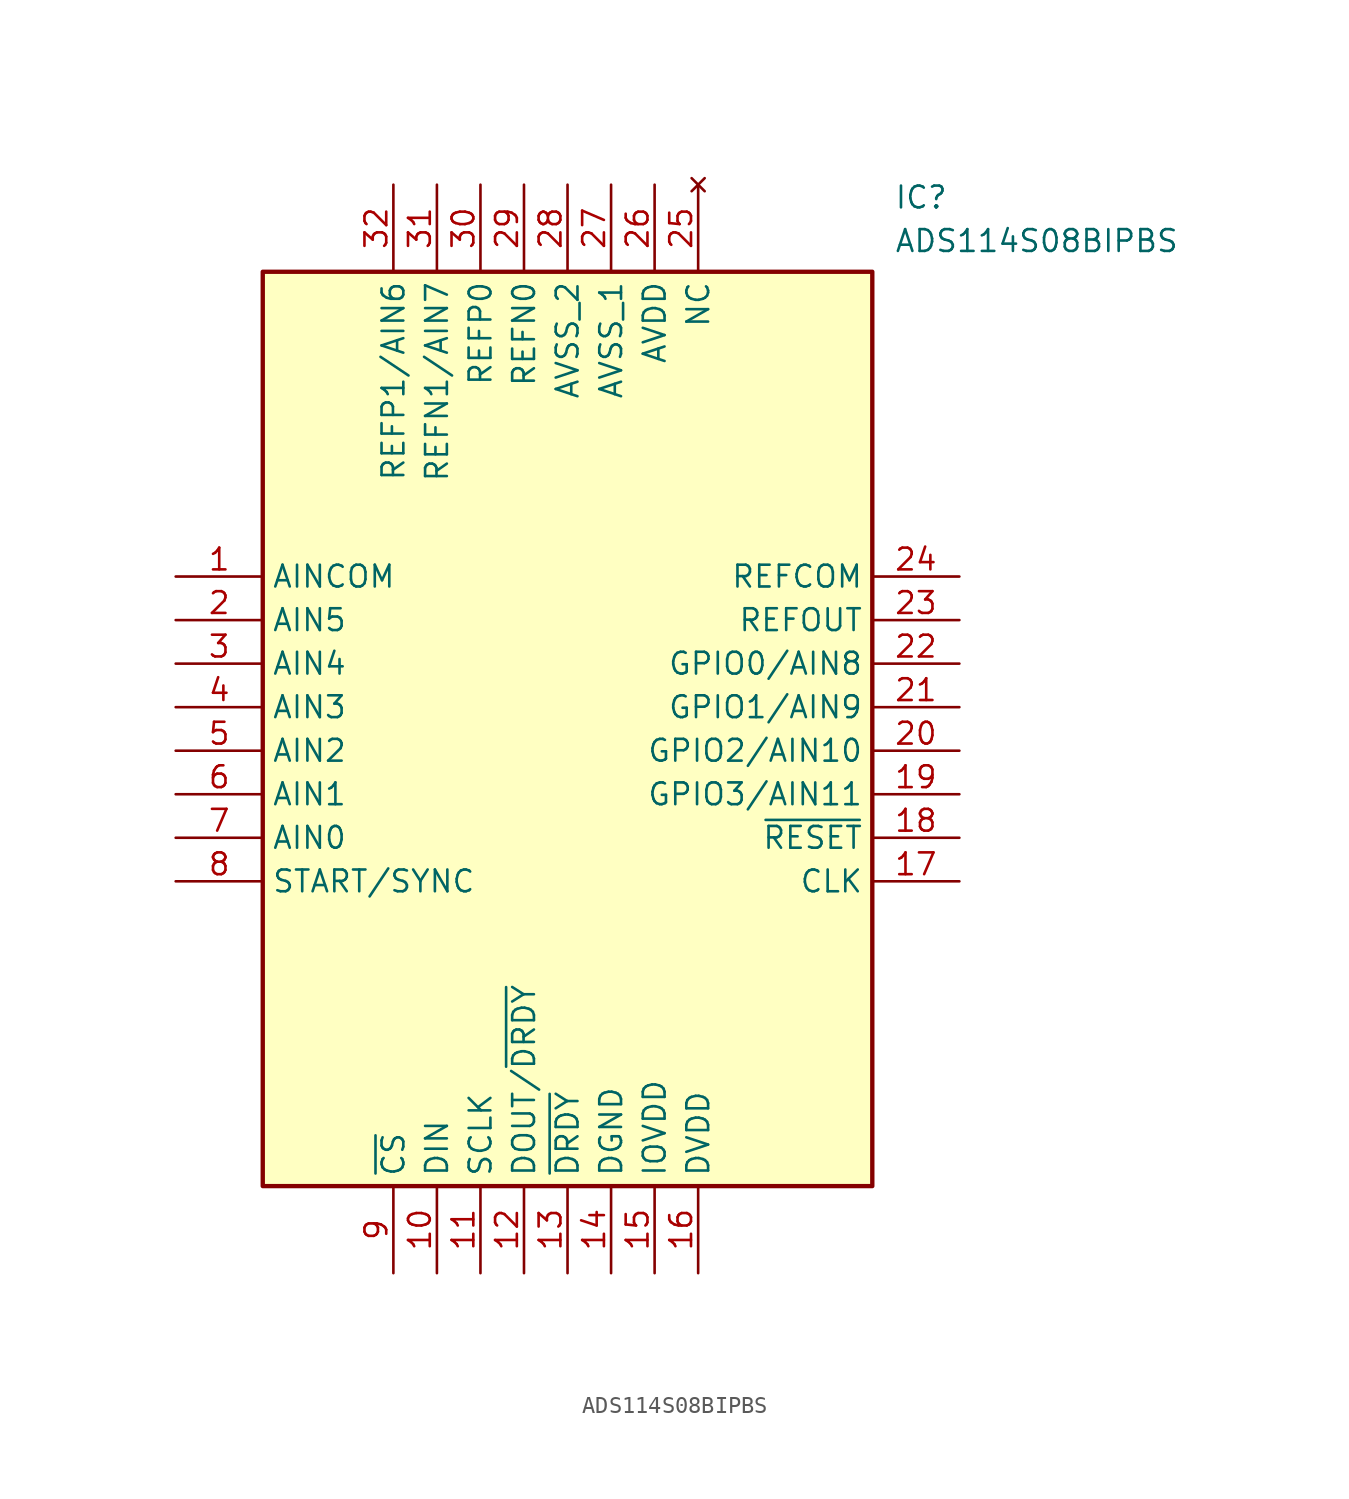
<source format=kicad_sym>
(kicad_symbol_lib
  (version 20241209)
  (generator "kicad_symbol_editor")
  (generator_version "9.0")
  (symbol "ADS114S08BIPBS"
    (property "Reference" "IC"
      (at 41.91 22.86 0)
      (effects (font (size 1.27 1.27)) (justify left top)))
    (property "Value" "ADS114S08BIPBS"
      (at 41.91 20.32 0)
      (effects (font (size 1.27 1.27)) (justify left top)))
    (symbol "ADS114S08BIPBS_1_1"
      (rectangle (start 5.08 17.78) (end 40.64 -35.56) (stroke (width 0.254) (type default)) (fill (type background)))
      (pin passive line (at 0 0 0) (length 5.08) (name "AINCOM" (effects (font (size 1.27 1.27)))) (number "1" (effects (font (size 1.27 1.27)))))
      (pin passive line (at 0 -2.54 0) (length 5.08) (name "AIN5" (effects (font (size 1.27 1.27)))) (number "2" (effects (font (size 1.27 1.27)))))
      (pin passive line (at 0 -5.08 0) (length 5.08) (name "AIN4" (effects (font (size 1.27 1.27)))) (number "3" (effects (font (size 1.27 1.27)))))
      (pin passive line (at 0 -7.62 0) (length 5.08) (name "AIN3" (effects (font (size 1.27 1.27)))) (number "4" (effects (font (size 1.27 1.27)))))
      (pin passive line (at 0 -10.16 0) (length 5.08) (name "AIN2" (effects (font (size 1.27 1.27)))) (number "5" (effects (font (size 1.27 1.27)))))
      (pin passive line (at 0 -12.7 0) (length 5.08) (name "AIN1" (effects (font (size 1.27 1.27)))) (number "6" (effects (font (size 1.27 1.27)))))
      (pin passive line (at 0 -15.24 0) (length 5.08) (name "AIN0" (effects (font (size 1.27 1.27)))) (number "7" (effects (font (size 1.27 1.27)))))
      (pin passive line (at 0 -17.78 0) (length 5.08) (name "START/SYNC" (effects (font (size 1.27 1.27)))) (number "8" (effects (font (size 1.27 1.27)))))
      (pin passive line (at 12.7 22.86 270) (length 5.08) (name "REFP1/AIN6" (effects (font (size 1.27 1.27)))) (number "32" (effects (font (size 1.27 1.27)))))
      (pin passive line (at 12.7 -40.64 90) (length 5.08) (name "~{CS}" (effects (font (size 1.27 1.27)))) (number "9" (effects (font (size 1.27 1.27)))))
      (pin passive line (at 15.24 22.86 270) (length 5.08) (name "REFN1/AIN7" (effects (font (size 1.27 1.27)))) (number "31" (effects (font (size 1.27 1.27)))))
      (pin passive line (at 15.24 -40.64 90) (length 5.08) (name "DIN" (effects (font (size 1.27 1.27)))) (number "10" (effects (font (size 1.27 1.27)))))
      (pin passive line (at 17.78 22.86 270) (length 5.08) (name "REFP0" (effects (font (size 1.27 1.27)))) (number "30" (effects (font (size 1.27 1.27)))))
      (pin passive line (at 17.78 -40.64 90) (length 5.08) (name "SCLK" (effects (font (size 1.27 1.27)))) (number "11" (effects (font (size 1.27 1.27)))))
      (pin passive line (at 20.32 22.86 270) (length 5.08) (name "REFN0" (effects (font (size 1.27 1.27)))) (number "29" (effects (font (size 1.27 1.27)))))
      (pin passive line (at 20.32 -40.64 90) (length 5.08) (name "DOUT/~{DRDY}" (effects (font (size 1.27 1.27)))) (number "12" (effects (font (size 1.27 1.27)))))
      (pin passive line (at 22.86 22.86 270) (length 5.08) (name "AVSS_2" (effects (font (size 1.27 1.27)))) (number "28" (effects (font (size 1.27 1.27)))))
      (pin passive line (at 22.86 -40.64 90) (length 5.08) (name "~{DRDY}" (effects (font (size 1.27 1.27)))) (number "13" (effects (font (size 1.27 1.27)))))
      (pin passive line (at 25.4 22.86 270) (length 5.08) (name "AVSS_1" (effects (font (size 1.27 1.27)))) (number "27" (effects (font (size 1.27 1.27)))))
      (pin passive line (at 25.4 -40.64 90) (length 5.08) (name "DGND" (effects (font (size 1.27 1.27)))) (number "14" (effects (font (size 1.27 1.27)))))
      (pin passive line (at 27.94 22.86 270) (length 5.08) (name "AVDD" (effects (font (size 1.27 1.27)))) (number "26" (effects (font (size 1.27 1.27)))))
      (pin passive line (at 27.94 -40.64 90) (length 5.08) (name "IOVDD" (effects (font (size 1.27 1.27)))) (number "15" (effects (font (size 1.27 1.27)))))
      (pin no_connect line (at 30.48 22.86 270) (length 5.08) (name "NC" (effects (font (size 1.27 1.27)))) (number "25" (effects (font (size 1.27 1.27)))))
      (pin passive line (at 30.48 -40.64 90) (length 5.08) (name "DVDD" (effects (font (size 1.27 1.27)))) (number "16" (effects (font (size 1.27 1.27)))))
      (pin passive line (at 45.72 0 180) (length 5.08) (name "REFCOM" (effects (font (size 1.27 1.27)))) (number "24" (effects (font (size 1.27 1.27)))))
      (pin passive line (at 45.72 -2.54 180) (length 5.08) (name "REFOUT" (effects (font (size 1.27 1.27)))) (number "23" (effects (font (size 1.27 1.27)))))
      (pin passive line (at 45.72 -5.08 180) (length 5.08) (name "GPIO0/AIN8" (effects (font (size 1.27 1.27)))) (number "22" (effects (font (size 1.27 1.27)))))
      (pin passive line (at 45.72 -7.62 180) (length 5.08) (name "GPIO1/AIN9" (effects (font (size 1.27 1.27)))) (number "21" (effects (font (size 1.27 1.27)))))
      (pin passive line (at 45.72 -10.16 180) (length 5.08) (name "GPIO2/AIN10" (effects (font (size 1.27 1.27)))) (number "20" (effects (font (size 1.27 1.27)))))
      (pin passive line (at 45.72 -12.7 180) (length 5.08) (name "GPIO3/AIN11" (effects (font (size 1.27 1.27)))) (number "19" (effects (font (size 1.27 1.27)))))
      (pin passive line (at 45.72 -15.24 180) (length 5.08) (name "~{RESET}" (effects (font (size 1.27 1.27)))) (number "18" (effects (font (size 1.27 1.27)))))
      (pin passive line (at 45.72 -17.78 180) (length 5.08) (name "CLK" (effects (font (size 1.27 1.27)))) (number "17" (effects (font (size 1.27 1.27))))))))
</source>
